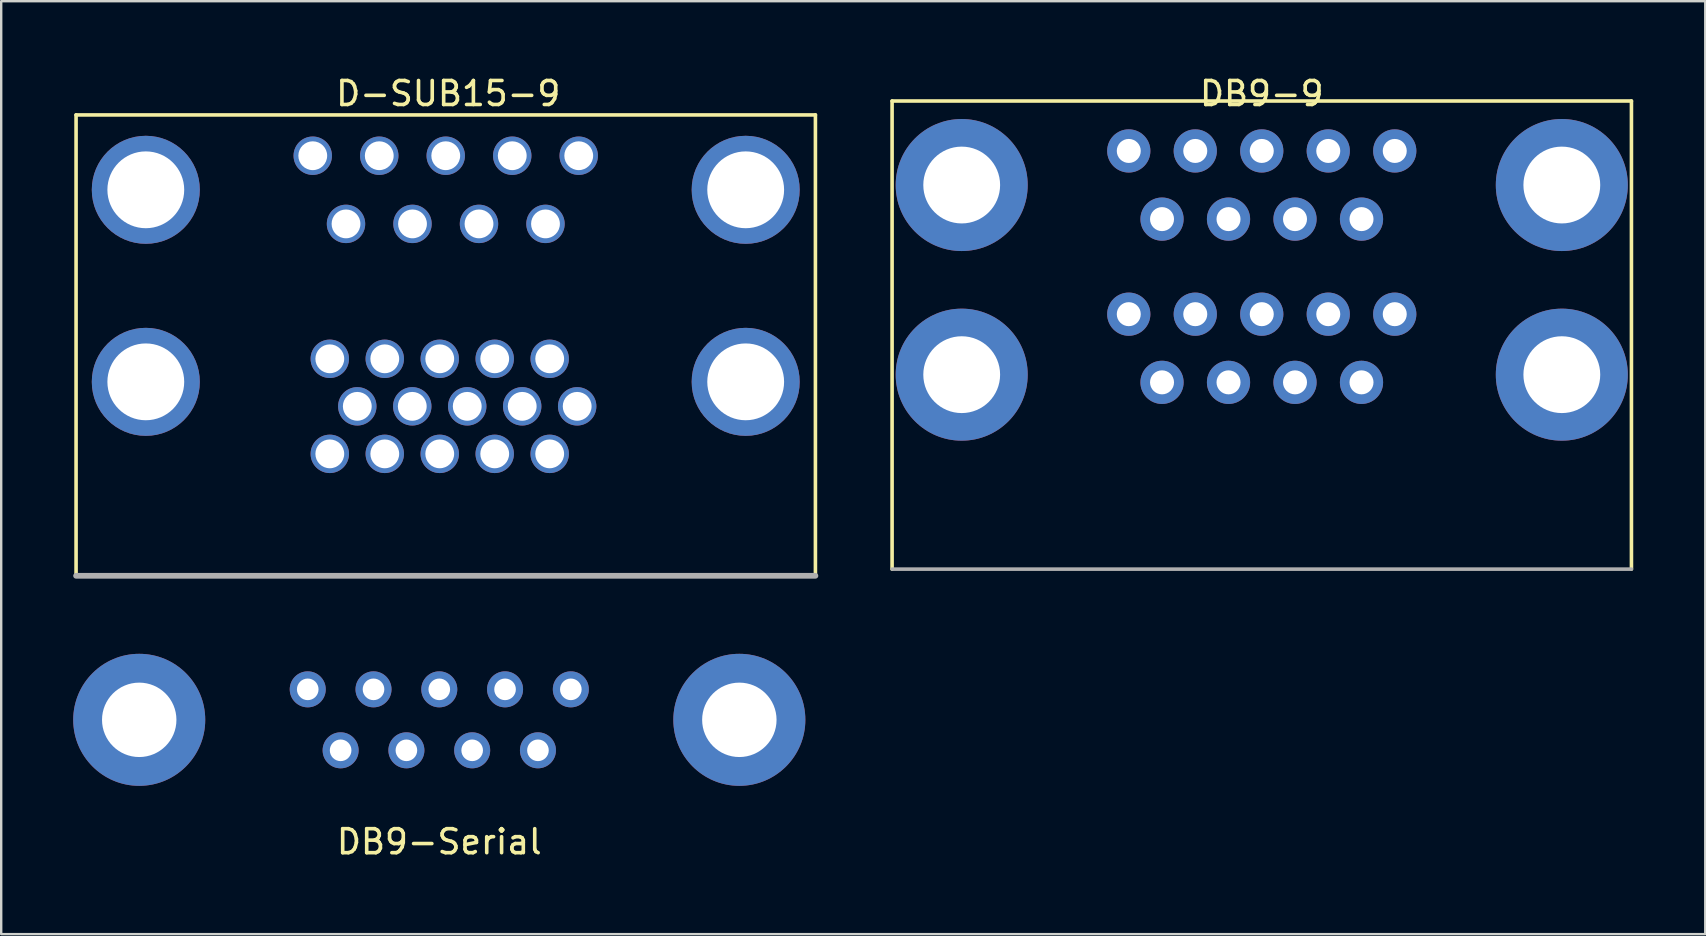
<source format=kicad_pcb>
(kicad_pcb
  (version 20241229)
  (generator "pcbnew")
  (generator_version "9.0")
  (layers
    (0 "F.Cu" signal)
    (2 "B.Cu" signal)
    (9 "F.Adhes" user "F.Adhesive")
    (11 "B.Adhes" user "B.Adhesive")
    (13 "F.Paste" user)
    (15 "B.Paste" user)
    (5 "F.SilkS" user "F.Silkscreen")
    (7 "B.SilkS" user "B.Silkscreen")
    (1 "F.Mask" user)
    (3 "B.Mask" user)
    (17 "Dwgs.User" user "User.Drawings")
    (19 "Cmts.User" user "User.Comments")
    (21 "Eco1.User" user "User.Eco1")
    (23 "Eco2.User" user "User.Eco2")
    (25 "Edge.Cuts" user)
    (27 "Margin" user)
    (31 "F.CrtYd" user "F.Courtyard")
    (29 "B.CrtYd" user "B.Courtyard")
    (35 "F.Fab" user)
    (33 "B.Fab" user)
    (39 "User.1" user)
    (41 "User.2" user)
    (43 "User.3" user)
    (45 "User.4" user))
  (footprint "D-SUB15-9"
    (layer "F.Cu")
    (at 15.519 20.937)
    (property "Reference" "D-SUB15-9" (at 0.104 -20.089 0) (layer "F.SilkS") (effects (font (size 1 1) (thickness 0.15))))
    (attr through_hole)
    (fp_line (start -15.4 -19.2) (end 15.4 -19.2) (stroke (width 0.15) (type solid)) (layer "F.SilkS"))
    (fp_line (start -15.4 0) (end -15.4 -19.2) (stroke (width 0.15) (type solid)) (layer "F.SilkS"))
    (fp_line (start 15.4 -19.2) (end 15.4 0) (stroke (width 0.15) (type solid)) (layer "F.SilkS"))
    (fp_line (start -15.4 0) (end 15.4 0) (stroke (width 0.238) (type solid)) (layer "F.Fab"))
    (pad "1" thru_hole circle (at 4.33 -9.04) (size 1.6 1.6) (drill 1.2) (layers "*.Cu" "*.Mask"))
    (pad "2" thru_hole circle (at 2.04 -9.04) (size 1.6 1.6) (drill 1.2) (layers "*.Cu" "*.Mask"))
    (pad "3" thru_hole circle (at -0.25 -9.04) (size 1.6 1.6) (drill 1.2) (layers "*.Cu" "*.Mask"))
    (pad "4" thru_hole circle (at -2.54 -9.04) (size 1.6 1.6) (drill 1.2) (layers "*.Cu" "*.Mask"))
    (pad "5" thru_hole circle (at -4.83 -9.04) (size 1.6 1.6) (drill 1.2) (layers "*.Cu" "*.Mask"))
    (pad "6" thru_hole circle (at 5.475 -7.06) (size 1.6 1.6) (drill 1.2) (layers "*.Cu" "*.Mask"))
    (pad "7" thru_hole circle (at 3.185 -7.06) (size 1.6 1.6) (drill 1.2) (layers "*.Cu" "*.Mask"))
    (pad "8" thru_hole circle (at 0.895 -7.06) (size 1.6 1.6) (drill 1.2) (layers "*.Cu" "*.Mask"))
    (pad "9" thru_hole circle (at -1.395 -7.06) (size 1.6 1.6) (drill 1.2) (layers "*.Cu" "*.Mask"))
    (pad "10" thru_hole circle (at -3.685 -7.06) (size 1.6 1.6) (drill 1.2) (layers "*.Cu" "*.Mask"))
    (pad "11" thru_hole circle (at 4.33 -5.08) (size 1.6 1.6) (drill 1.2) (layers "*.Cu" "*.Mask"))
    (pad "12" thru_hole circle (at 2.04 -5.08) (size 1.6 1.6) (drill 1.2) (layers "*.Cu" "*.Mask"))
    (pad "13" thru_hole circle (at -0.25 -5.08) (size 1.6 1.6) (drill 1.2) (layers "*.Cu" "*.Mask"))
    (pad "14" thru_hole circle (at -2.54 -5.08) (size 1.6 1.6) (drill 1.2) (layers "*.Cu" "*.Mask"))
    (pad "15" thru_hole circle (at -4.83 -5.08) (size 1.6 1.6) (drill 1.2) (layers "*.Cu" "*.Mask"))
    (pad "16" thru_hole circle (at -5.54 -17.5) (size 1.6 1.6) (drill 1.2) (layers "*.Cu" "*.Mask"))
    (pad "17" thru_hole circle (at -2.77 -17.5) (size 1.6 1.6) (drill 1.2) (layers "*.Cu" "*.Mask"))
    (pad "18" thru_hole circle (at 0 -17.5) (size 1.6 1.6) (drill 1.2) (layers "*.Cu" "*.Mask"))
    (pad "19" thru_hole circle (at 2.77 -17.5) (size 1.6 1.6) (drill 1.2) (layers "*.Cu" "*.Mask"))
    (pad "20" thru_hole circle (at 5.54 -17.5) (size 1.6 1.6) (drill 1.2) (layers "*.Cu" "*.Mask"))
    (pad "21" thru_hole circle (at -4.155 -14.66) (size 1.6 1.6) (drill 1.2) (layers "*.Cu" "*.Mask"))
    (pad "22" thru_hole circle (at -1.385 -14.66) (size 1.6 1.6) (drill 1.2) (layers "*.Cu" "*.Mask"))
    (pad "23" thru_hole circle (at 1.385 -14.66) (size 1.6 1.6) (drill 1.2) (layers "*.Cu" "*.Mask"))
    (pad "24" thru_hole circle (at 4.155 -14.66) (size 1.6 1.6) (drill 1.2) (layers "*.Cu" "*.Mask"))
    (pad "25" thru_hole circle (at -12.495 -16.08) (size 4.5 4.5) (drill 3.2) (layers "*.Cu" "*.Mask"))
    (pad "25" thru_hole circle (at -12.495 -8.08) (size 4.5 4.5) (drill 3.2) (layers "*.Cu" "*.Mask"))
    (pad "26" thru_hole circle (at 12.495 -16.08) (size 4.5 4.5) (drill 3.2) (layers "*.Cu" "*.Mask"))
    (pad "26" thru_hole circle (at 12.495 -8.08) (size 4.5 4.5) (drill 3.2) (layers "*.Cu" "*.Mask")))
  (footprint "DB9-9"
    (layer "F.Cu")
    (at 49.513 20.658)
    (property "Reference" "DB9-9" (at 0 -19.81 0) (layer "F.SilkS") (effects (font (size 1 1) (thickness 0.15))))
    (attr through_hole)
    (fp_line (start -15.4 -19.5) (end 15.4 -19.5) (stroke (width 0.15) (type solid)) (layer "F.SilkS"))
    (fp_line (start -15.4 0) (end -15.4 -19.5) (stroke (width 0.15) (type solid)) (layer "F.SilkS"))
    (fp_line (start 15.4 -19.5) (end 15.4 0) (stroke (width 0.15) (type solid)) (layer "F.SilkS"))
    (fp_line (start -15.4 0) (end 15.4 0) (stroke (width 0.15) (type solid)) (layer "F.Fab"))
    (pad "1" thru_hole circle (at -5.54 -10.62) (size 1.8 1.8) (drill 1) (layers "*.Cu" "*.Mask"))
    (pad "2" thru_hole circle (at -2.77 -10.62) (size 1.8 1.8) (drill 1) (layers "*.Cu" "*.Mask"))
    (pad "3" thru_hole circle (at 0 -10.62) (size 1.8 1.8) (drill 1) (layers "*.Cu" "*.Mask"))
    (pad "4" thru_hole circle (at 2.77 -10.62) (size 1.8 1.8) (drill 1) (layers "*.Cu" "*.Mask"))
    (pad "5" thru_hole circle (at 5.54 -10.62) (size 1.8 1.8) (drill 1) (layers "*.Cu" "*.Mask"))
    (pad "6" thru_hole circle (at -4.155 -7.78) (size 1.8 1.8) (drill 1) (layers "*.Cu" "*.Mask"))
    (pad "7" thru_hole circle (at -1.385 -7.78) (size 1.8 1.8) (drill 1) (layers "*.Cu" "*.Mask"))
    (pad "8" thru_hole circle (at 1.385 -7.78) (size 1.8 1.8) (drill 1) (layers "*.Cu" "*.Mask"))
    (pad "9" thru_hole circle (at 4.155 -7.78) (size 1.8 1.8) (drill 1) (layers "*.Cu" "*.Mask"))
    (pad "10" thru_hole circle (at -12.5 -16) (size 5.5 5.5) (drill 3.2) (layers "*.Cu" "*.Mask"))
    (pad "10" thru_hole circle (at -12.5 -8.1) (size 5.5 5.5) (drill 3.2) (layers "*.Cu" "*.Mask"))
    (pad "10" thru_hole circle (at 12.5 -16) (size 5.5 5.5) (drill 3.2) (layers "*.Cu" "*.Mask"))
    (pad "10" thru_hole circle (at 12.5 -8.1) (size 5.5 5.5) (drill 3.2) (layers "*.Cu" "*.Mask"))
    (pad "11" thru_hole circle (at -5.54 -17.42) (size 1.8 1.8) (drill 1) (layers "*.Cu" "*.Mask"))
    (pad "12" thru_hole circle (at -2.77 -17.42) (size 1.8 1.8) (drill 1) (layers "*.Cu" "*.Mask"))
    (pad "13" thru_hole circle (at 0 -17.42) (size 1.8 1.8) (drill 1) (layers "*.Cu" "*.Mask"))
    (pad "14" thru_hole circle (at 2.77 -17.42) (size 1.8 1.8) (drill 1) (layers "*.Cu" "*.Mask"))
    (pad "15" thru_hole circle (at 5.54 -17.42) (size 1.8 1.8) (drill 1) (layers "*.Cu" "*.Mask"))
    (pad "16" thru_hole circle (at -4.155 -14.58) (size 1.8 1.8) (drill 1) (layers "*.Cu" "*.Mask"))
    (pad "17" thru_hole circle (at -1.385 -14.58) (size 1.8 1.8) (drill 1) (layers "*.Cu" "*.Mask"))
    (pad "18" thru_hole circle (at 1.385 -14.58) (size 1.8 1.8) (drill 1) (layers "*.Cu" "*.Mask"))
    (pad "19" thru_hole circle (at 4.155 -14.58) (size 1.8 1.8) (drill 1) (layers "*.Cu" "*.Mask")))
  (footprint "DB9-Serial"
    (layer "F.Cu")
    (at 15.25 26.937)
    (property "Reference" "DB9-Serial" (at 0 5.08 0) (layer "F.SilkS") (effects (font (size 1 1) (thickness 0.15))))
    (attr through_hole)
    (pad "1" thru_hole circle (at -5.48 -1.27) (size 1.5 1.5) (drill 0.9) (layers "*.Cu" "*.Mask"))
    (pad "2" thru_hole circle (at -2.74 -1.27) (size 1.5 1.5) (drill 0.9) (layers "*.Cu" "*.Mask"))
    (pad "3" thru_hole circle (at 0 -1.27) (size 1.5 1.5) (drill 0.9) (layers "*.Cu" "*.Mask"))
    (pad "4" thru_hole circle (at 2.74 -1.27) (size 1.5 1.5) (drill 0.9) (layers "*.Cu" "*.Mask"))
    (pad "5" thru_hole circle (at 5.48 -1.27) (size 1.5 1.5) (drill 0.9) (layers "*.Cu" "*.Mask"))
    (pad "6" thru_hole circle (at -4.11 1.27) (size 1.5 1.5) (drill 0.9) (layers "*.Cu" "*.Mask"))
    (pad "7" thru_hole circle (at -1.37 1.27) (size 1.5 1.5) (drill 0.9) (layers "*.Cu" "*.Mask"))
    (pad "8" thru_hole circle (at 1.37 1.27) (size 1.5 1.5) (drill 0.9) (layers "*.Cu" "*.Mask"))
    (pad "9" thru_hole circle (at 4.11 1.27) (size 1.5 1.5) (drill 0.9) (layers "*.Cu" "*.Mask"))
    (pad "10" thru_hole circle (at -12.5 0) (size 5.5 5.5) (drill 3.1) (layers "*.Cu" "*.Mask"))
    (pad "11" thru_hole circle (at 12.5 0) (size 5.5 5.5) (drill 3.1) (layers "*.Cu" "*.Mask")))
  (gr_rect
    (start -3 -3)
    (end 67.988 35.865)
    (stroke (width 0.1) (type default))
    (fill no)
    (layer "Edge.Cuts")))
</source>
